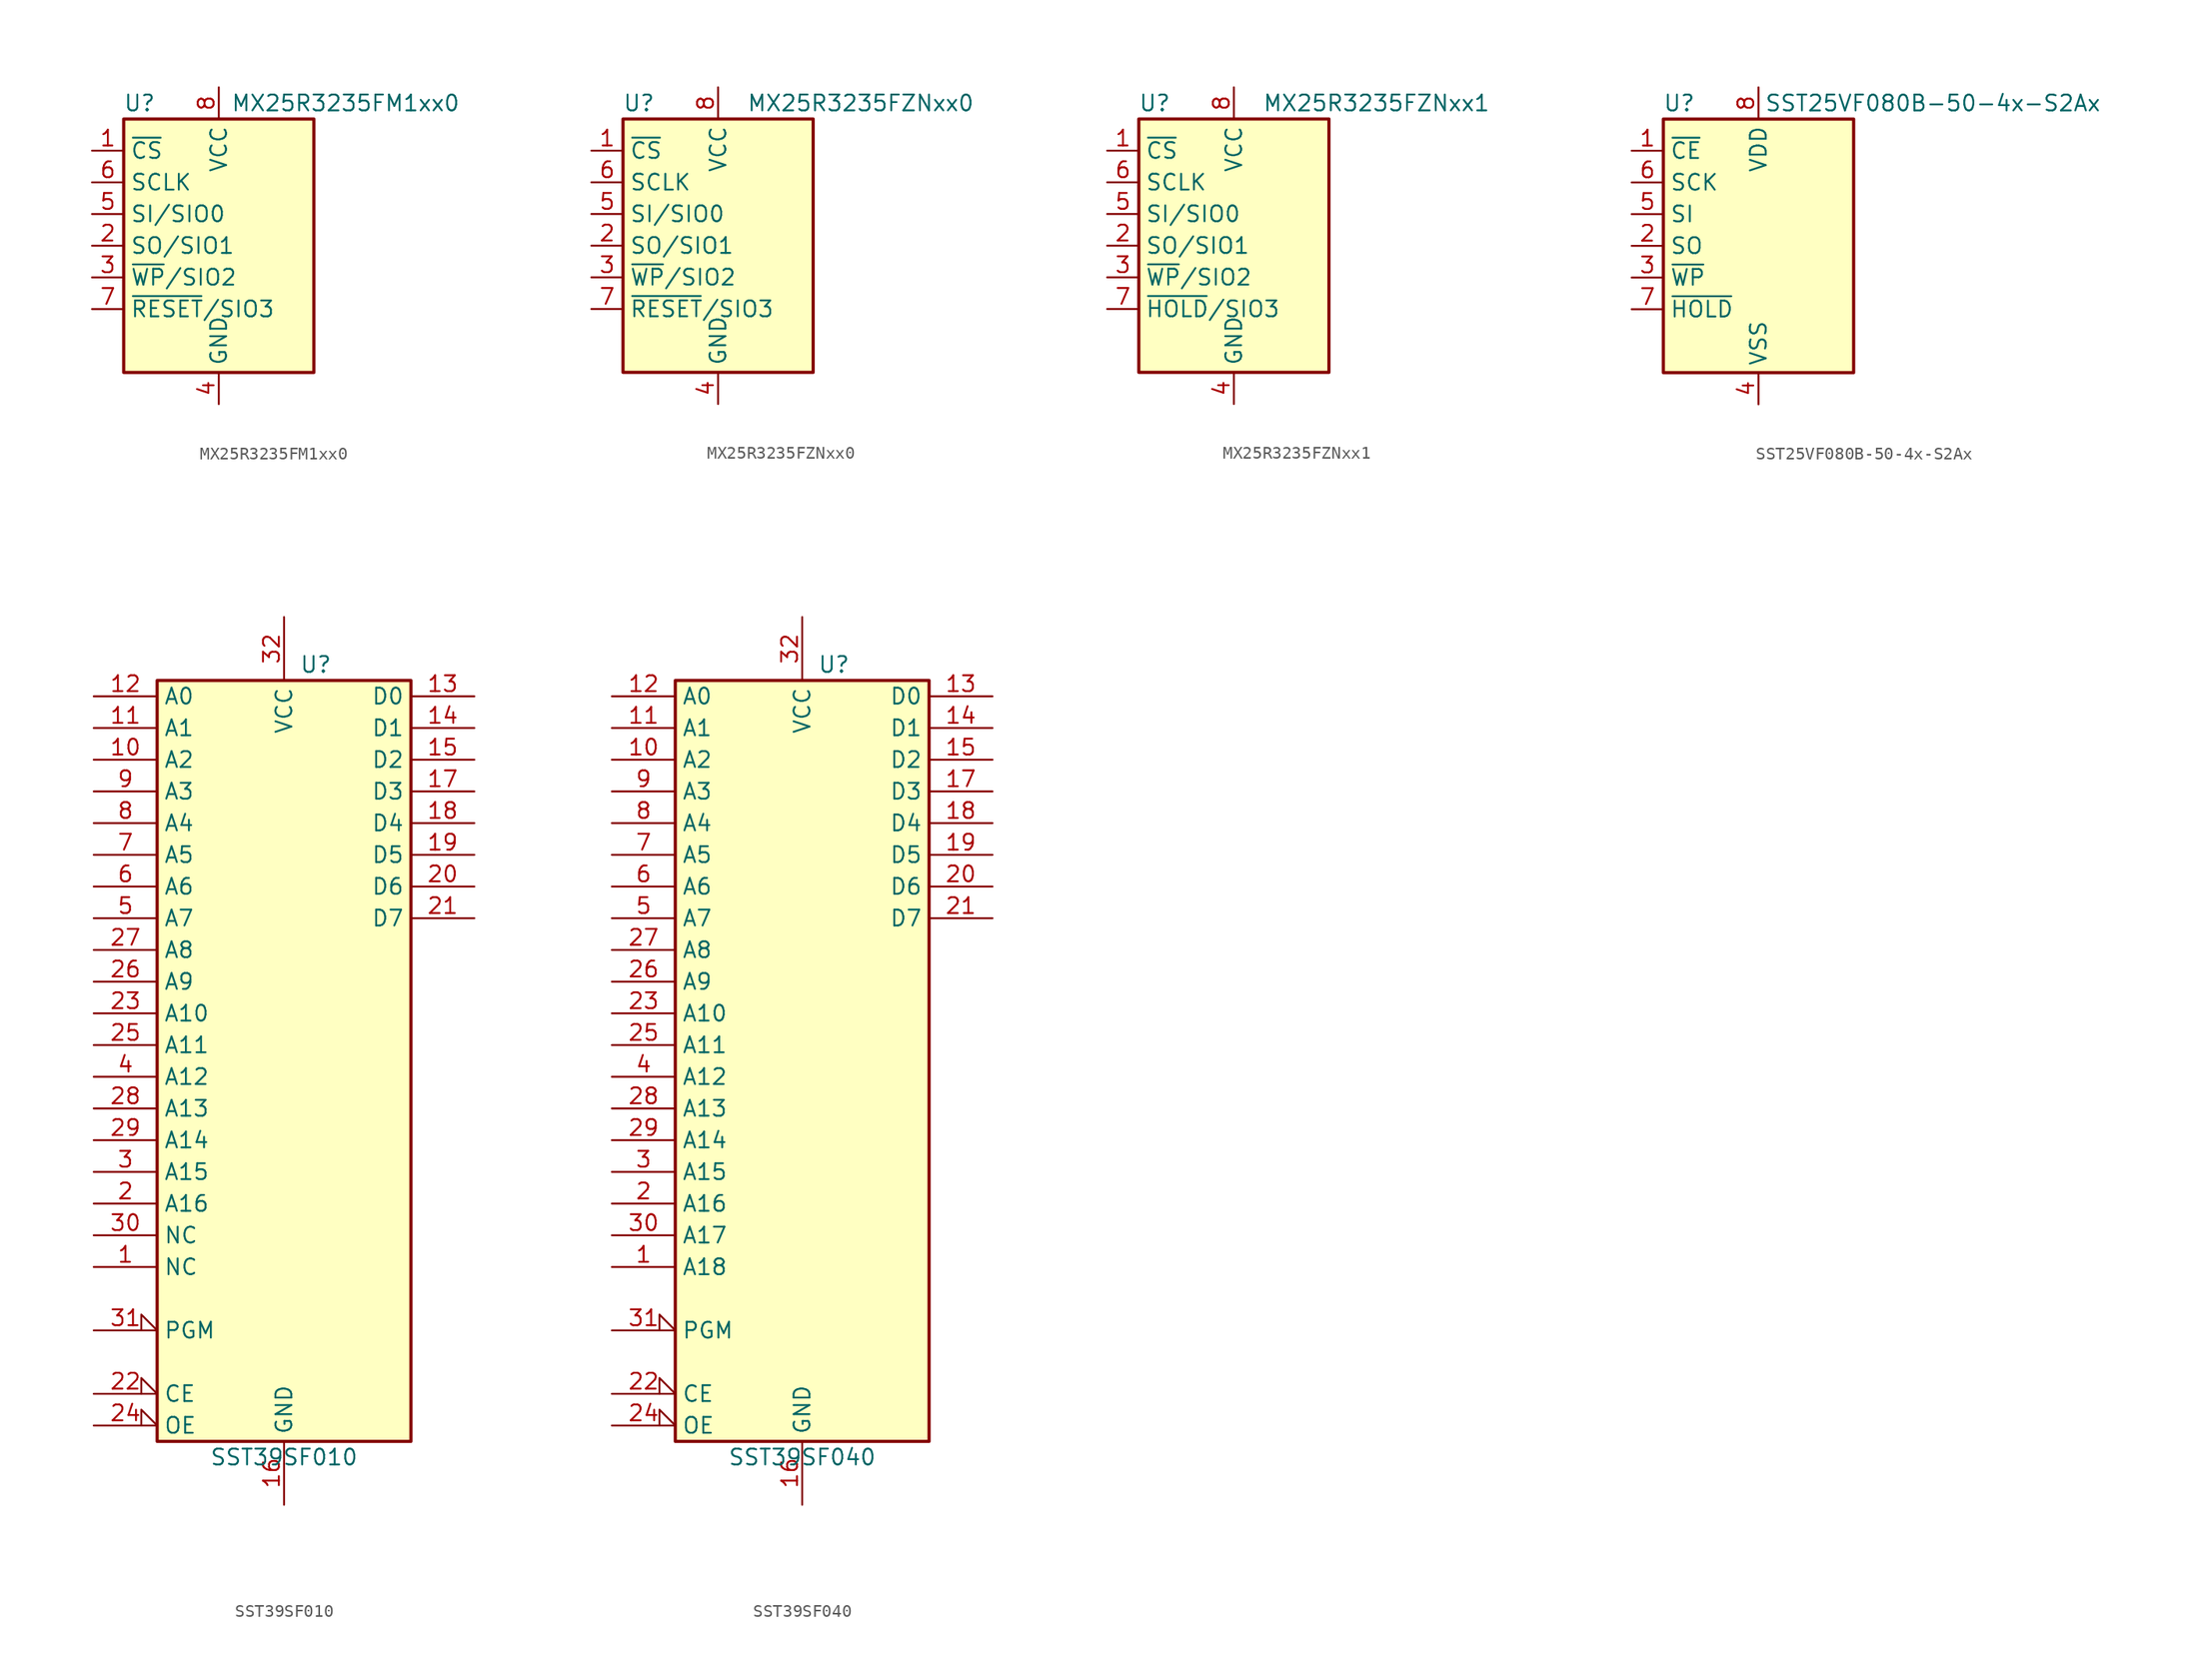
<source format=kicad_sym>
(kicad_symbol_lib
  (version 20241209)
  (generator "kicad_symbol_editor")
  (generator_version "9.0")
  (symbol "MX25R3235FM1xx0"
    (property "Reference" "U"
      (at -6.35 11.43 0)
      (effects (font (size 1.27 1.27))))
    (property "Value" "MX25R3235FM1xx0"
      (at 10.16 11.43 0)
      (effects (font (size 1.27 1.27))))
    (symbol "MX25R3235FM1xx0_0_1"
      (rectangle (start -7.62 10.16) (end 7.62 -10.16) (stroke (width 0.254) (type default)) (fill (type background))))
    (symbol "MX25R3235FM1xx0_1_1"
      (pin input line (at -10.16 7.62 0) (length 2.54) (name "~{CS}" (effects (font (size 1.27 1.27)))) (number "1" (effects (font (size 1.27 1.27)))))
      (pin input line (at -10.16 5.08 0) (length 2.54) (name "SCLK" (effects (font (size 1.27 1.27)))) (number "6" (effects (font (size 1.27 1.27)))))
      (pin bidirectional line (at -10.16 2.54 0) (length 2.54) (name "SI/SIO0" (effects (font (size 1.27 1.27)))) (number "5" (effects (font (size 1.27 1.27)))))
      (pin bidirectional line (at -10.16 0 0) (length 2.54) (name "SO/SIO1" (effects (font (size 1.27 1.27)))) (number "2" (effects (font (size 1.27 1.27)))))
      (pin bidirectional line (at -10.16 -2.54 0) (length 2.54) (name "~{WP}/SIO2" (effects (font (size 1.27 1.27)))) (number "3" (effects (font (size 1.27 1.27)))))
      (pin bidirectional line (at -10.16 -5.08 0) (length 2.54) (name "~{RESET}/SIO3" (effects (font (size 1.27 1.27)))) (number "7" (effects (font (size 1.27 1.27)))))
      (pin power_in line (at 0 12.7 270) (length 2.54) (name "VCC" (effects (font (size 1.27 1.27)))) (number "8" (effects (font (size 1.27 1.27)))))
      (pin power_in line (at 0 -12.7 90) (length 2.54) (name "GND" (effects (font (size 1.27 1.27)))) (number "4" (effects (font (size 1.27 1.27)))))))
  (symbol "MX25R3235FZNxx0"
    (property "Reference" "U"
      (at -6.35 11.43 0)
      (effects (font (size 1.27 1.27))))
    (property "Value" "MX25R3235FZNxx0"
      (at 11.43 11.43 0)
      (effects (font (size 1.27 1.27))))
    (symbol "MX25R3235FZNxx0_0_1"
      (rectangle (start -7.62 10.16) (end 7.62 -10.16) (stroke (width 0.254) (type default)) (fill (type background))))
    (symbol "MX25R3235FZNxx0_1_1"
      (pin input line (at -10.16 7.62 0) (length 2.54) (name "~{CS}" (effects (font (size 1.27 1.27)))) (number "1" (effects (font (size 1.27 1.27)))))
      (pin input line (at -10.16 5.08 0) (length 2.54) (name "SCLK" (effects (font (size 1.27 1.27)))) (number "6" (effects (font (size 1.27 1.27)))))
      (pin bidirectional line (at -10.16 2.54 0) (length 2.54) (name "SI/SIO0" (effects (font (size 1.27 1.27)))) (number "5" (effects (font (size 1.27 1.27)))))
      (pin bidirectional line (at -10.16 0 0) (length 2.54) (name "SO/SIO1" (effects (font (size 1.27 1.27)))) (number "2" (effects (font (size 1.27 1.27)))))
      (pin bidirectional line (at -10.16 -2.54 0) (length 2.54) (name "~{WP}/SIO2" (effects (font (size 1.27 1.27)))) (number "3" (effects (font (size 1.27 1.27)))))
      (pin bidirectional line (at -10.16 -5.08 0) (length 2.54) (name "~{RESET}/SIO3" (effects (font (size 1.27 1.27)))) (number "7" (effects (font (size 1.27 1.27)))))
      (pin power_in line (at 0 12.7 270) (length 2.54) (name "VCC" (effects (font (size 1.27 1.27)))) (number "8" (effects (font (size 1.27 1.27)))))
      (pin power_in line (at 0 -12.7 90) (length 2.54) (name "GND" (effects (font (size 1.27 1.27)))) (number "4" (effects (font (size 1.27 1.27)))))
      (pin passive line (at 0 -12.7 90) (length 2.54) (hide yes) (name "GND" (effects (font (size 1.27 1.27)))) (number "9" (effects (font (size 1.27 1.27)))))))
  (symbol "MX25R3235FZNxx1"
    (property "Reference" "U"
      (at -6.35 11.43 0)
      (effects (font (size 1.27 1.27))))
    (property "Value" "MX25R3235FZNxx1"
      (at 11.43 11.43 0)
      (effects (font (size 1.27 1.27))))
    (symbol "MX25R3235FZNxx1_0_1"
      (rectangle (start -7.62 10.16) (end 7.62 -10.16) (stroke (width 0.254) (type default)) (fill (type background))))
    (symbol "MX25R3235FZNxx1_1_1"
      (pin input line (at -10.16 7.62 0) (length 2.54) (name "~{CS}" (effects (font (size 1.27 1.27)))) (number "1" (effects (font (size 1.27 1.27)))))
      (pin input line (at -10.16 5.08 0) (length 2.54) (name "SCLK" (effects (font (size 1.27 1.27)))) (number "6" (effects (font (size 1.27 1.27)))))
      (pin bidirectional line (at -10.16 2.54 0) (length 2.54) (name "SI/SIO0" (effects (font (size 1.27 1.27)))) (number "5" (effects (font (size 1.27 1.27)))))
      (pin bidirectional line (at -10.16 0 0) (length 2.54) (name "SO/SIO1" (effects (font (size 1.27 1.27)))) (number "2" (effects (font (size 1.27 1.27)))))
      (pin bidirectional line (at -10.16 -2.54 0) (length 2.54) (name "~{WP}/SIO2" (effects (font (size 1.27 1.27)))) (number "3" (effects (font (size 1.27 1.27)))))
      (pin bidirectional line (at -10.16 -5.08 0) (length 2.54) (name "~{HOLD}/SIO3" (effects (font (size 1.27 1.27)))) (number "7" (effects (font (size 1.27 1.27)))))
      (pin power_in line (at 0 12.7 270) (length 2.54) (name "VCC" (effects (font (size 1.27 1.27)))) (number "8" (effects (font (size 1.27 1.27)))))
      (pin power_in line (at 0 -12.7 90) (length 2.54) (name "GND" (effects (font (size 1.27 1.27)))) (number "4" (effects (font (size 1.27 1.27)))))
      (pin passive line (at 0 -12.7 90) (length 2.54) (hide yes) (name "GND" (effects (font (size 1.27 1.27)))) (number "9" (effects (font (size 1.27 1.27)))))))
  (symbol "SST25VF080B-50-4x-S2Ax"
    (property "Reference" "U"
      (at -6.35 11.43 0)
      (effects (font (size 1.27 1.27))))
    (property "Value" "SST25VF080B-50-4x-S2Ax"
      (at 13.97 11.43 0)
      (effects (font (size 1.27 1.27))))
    (symbol "SST25VF080B-50-4x-S2Ax_0_1"
      (rectangle (start -7.62 10.16) (end 7.62 -10.16) (stroke (width 0.254) (type default)) (fill (type background))))
    (symbol "SST25VF080B-50-4x-S2Ax_1_1"
      (pin input line (at -10.16 7.62 0) (length 2.54) (name "~{CE}" (effects (font (size 1.27 1.27)))) (number "1" (effects (font (size 1.27 1.27)))))
      (pin input line (at -10.16 5.08 0) (length 2.54) (name "SCK" (effects (font (size 1.27 1.27)))) (number "6" (effects (font (size 1.27 1.27)))))
      (pin input line (at -10.16 2.54 0) (length 2.54) (name "SI" (effects (font (size 1.27 1.27)))) (number "5" (effects (font (size 1.27 1.27)))))
      (pin output line (at -10.16 0 0) (length 2.54) (name "SO" (effects (font (size 1.27 1.27)))) (number "2" (effects (font (size 1.27 1.27)))))
      (pin input line (at -10.16 -2.54 0) (length 2.54) (name "~{WP}" (effects (font (size 1.27 1.27)))) (number "3" (effects (font (size 1.27 1.27)))))
      (pin input line (at -10.16 -5.08 0) (length 2.54) (name "~{HOLD}" (effects (font (size 1.27 1.27)))) (number "7" (effects (font (size 1.27 1.27)))))
      (pin power_in line (at 0 12.7 270) (length 2.54) (name "VDD" (effects (font (size 1.27 1.27)))) (number "8" (effects (font (size 1.27 1.27)))))
      (pin power_in line (at 0 -12.7 90) (length 2.54) (name "VSS" (effects (font (size 1.27 1.27)))) (number "4" (effects (font (size 1.27 1.27)))))))
  (symbol "SST39SF010"
    (property "Reference" "U"
      (at 2.54 33.02 0)
      (effects (font (size 1.27 1.27))))
    (property "Value" "SST39SF010"
      (at 0 -30.48 0)
      (effects (font (size 1.27 1.27))))
    (symbol "SST39SF010_0_0"
      (pin power_in line (at 0 36.83 270) (length 5.08) (name "VCC" (effects (font (size 1.27 1.27)))) (number "32" (effects (font (size 1.27 1.27)))))
      (pin power_in line (at 0 -34.29 90) (length 5.08) (name "GND" (effects (font (size 1.27 1.27)))) (number "16" (effects (font (size 1.27 1.27))))))
    (symbol "SST39SF010_0_1"
      (rectangle (start -10.16 31.75) (end 10.16 -29.21) (stroke (width 0.254) (type default)) (fill (type background))))
    (symbol "SST39SF010_1_1"
      (pin input line (at -15.24 30.48 0) (length 5.08) (name "A0" (effects (font (size 1.27 1.27)))) (number "12" (effects (font (size 1.27 1.27)))))
      (pin input line (at -15.24 27.94 0) (length 5.08) (name "A1" (effects (font (size 1.27 1.27)))) (number "11" (effects (font (size 1.27 1.27)))))
      (pin input line (at -15.24 25.4 0) (length 5.08) (name "A2" (effects (font (size 1.27 1.27)))) (number "10" (effects (font (size 1.27 1.27)))))
      (pin input line (at -15.24 22.86 0) (length 5.08) (name "A3" (effects (font (size 1.27 1.27)))) (number "9" (effects (font (size 1.27 1.27)))))
      (pin input line (at -15.24 20.32 0) (length 5.08) (name "A4" (effects (font (size 1.27 1.27)))) (number "8" (effects (font (size 1.27 1.27)))))
      (pin input line (at -15.24 17.78 0) (length 5.08) (name "A5" (effects (font (size 1.27 1.27)))) (number "7" (effects (font (size 1.27 1.27)))))
      (pin input line (at -15.24 15.24 0) (length 5.08) (name "A6" (effects (font (size 1.27 1.27)))) (number "6" (effects (font (size 1.27 1.27)))))
      (pin input line (at -15.24 12.7 0) (length 5.08) (name "A7" (effects (font (size 1.27 1.27)))) (number "5" (effects (font (size 1.27 1.27)))))
      (pin input line (at -15.24 10.16 0) (length 5.08) (name "A8" (effects (font (size 1.27 1.27)))) (number "27" (effects (font (size 1.27 1.27)))))
      (pin input line (at -15.24 7.62 0) (length 5.08) (name "A9" (effects (font (size 1.27 1.27)))) (number "26" (effects (font (size 1.27 1.27)))))
      (pin input line (at -15.24 5.08 0) (length 5.08) (name "A10" (effects (font (size 1.27 1.27)))) (number "23" (effects (font (size 1.27 1.27)))))
      (pin input line (at -15.24 2.54 0) (length 5.08) (name "A11" (effects (font (size 1.27 1.27)))) (number "25" (effects (font (size 1.27 1.27)))))
      (pin input line (at -15.24 0 0) (length 5.08) (name "A12" (effects (font (size 1.27 1.27)))) (number "4" (effects (font (size 1.27 1.27)))))
      (pin input line (at -15.24 -2.54 0) (length 5.08) (name "A13" (effects (font (size 1.27 1.27)))) (number "28" (effects (font (size 1.27 1.27)))))
      (pin input line (at -15.24 -5.08 0) (length 5.08) (name "A14" (effects (font (size 1.27 1.27)))) (number "29" (effects (font (size 1.27 1.27)))))
      (pin input line (at -15.24 -7.62 0) (length 5.08) (name "A15" (effects (font (size 1.27 1.27)))) (number "3" (effects (font (size 1.27 1.27)))))
      (pin input line (at -15.24 -10.16 0) (length 5.08) (name "A16" (effects (font (size 1.27 1.27)))) (number "2" (effects (font (size 1.27 1.27)))))
      (pin input line (at -15.24 -12.7 0) (length 5.08) (name "NC" (effects (font (size 1.27 1.27)))) (number "30" (effects (font (size 1.27 1.27)))))
      (pin input line (at -15.24 -15.24 0) (length 5.08) (name "NC" (effects (font (size 1.27 1.27)))) (number "1" (effects (font (size 1.27 1.27)))))
      (pin input input_low (at -15.24 -20.32 0) (length 5.08) (name "PGM" (effects (font (size 1.27 1.27)))) (number "31" (effects (font (size 1.27 1.27)))))
      (pin input input_low (at -15.24 -25.4 0) (length 5.08) (name "CE" (effects (font (size 1.27 1.27)))) (number "22" (effects (font (size 1.27 1.27)))))
      (pin input input_low (at -15.24 -27.94 0) (length 5.08) (name "OE" (effects (font (size 1.27 1.27)))) (number "24" (effects (font (size 1.27 1.27)))))
      (pin tri_state line (at 15.24 30.48 180) (length 5.08) (name "D0" (effects (font (size 1.27 1.27)))) (number "13" (effects (font (size 1.27 1.27)))))
      (pin tri_state line (at 15.24 27.94 180) (length 5.08) (name "D1" (effects (font (size 1.27 1.27)))) (number "14" (effects (font (size 1.27 1.27)))))
      (pin tri_state line (at 15.24 25.4 180) (length 5.08) (name "D2" (effects (font (size 1.27 1.27)))) (number "15" (effects (font (size 1.27 1.27)))))
      (pin tri_state line (at 15.24 22.86 180) (length 5.08) (name "D3" (effects (font (size 1.27 1.27)))) (number "17" (effects (font (size 1.27 1.27)))))
      (pin tri_state line (at 15.24 20.32 180) (length 5.08) (name "D4" (effects (font (size 1.27 1.27)))) (number "18" (effects (font (size 1.27 1.27)))))
      (pin tri_state line (at 15.24 17.78 180) (length 5.08) (name "D5" (effects (font (size 1.27 1.27)))) (number "19" (effects (font (size 1.27 1.27)))))
      (pin tri_state line (at 15.24 15.24 180) (length 5.08) (name "D6" (effects (font (size 1.27 1.27)))) (number "20" (effects (font (size 1.27 1.27)))))
      (pin tri_state line (at 15.24 12.7 180) (length 5.08) (name "D7" (effects (font (size 1.27 1.27)))) (number "21" (effects (font (size 1.27 1.27)))))))
  (symbol "SST39SF040"
    (property "Reference" "U"
      (at 2.54 33.02 0)
      (effects (font (size 1.27 1.27))))
    (property "Value" "SST39SF040"
      (at 0 -30.48 0)
      (effects (font (size 1.27 1.27))))
    (symbol "SST39SF040_0_0"
      (pin power_in line (at 0 36.83 270) (length 5.08) (name "VCC" (effects (font (size 1.27 1.27)))) (number "32" (effects (font (size 1.27 1.27)))))
      (pin power_in line (at 0 -34.29 90) (length 5.08) (name "GND" (effects (font (size 1.27 1.27)))) (number "16" (effects (font (size 1.27 1.27))))))
    (symbol "SST39SF040_0_1"
      (rectangle (start -10.16 31.75) (end 10.16 -29.21) (stroke (width 0.254) (type default)) (fill (type background))))
    (symbol "SST39SF040_1_1"
      (pin input line (at -15.24 30.48 0) (length 5.08) (name "A0" (effects (font (size 1.27 1.27)))) (number "12" (effects (font (size 1.27 1.27)))))
      (pin input line (at -15.24 27.94 0) (length 5.08) (name "A1" (effects (font (size 1.27 1.27)))) (number "11" (effects (font (size 1.27 1.27)))))
      (pin input line (at -15.24 25.4 0) (length 5.08) (name "A2" (effects (font (size 1.27 1.27)))) (number "10" (effects (font (size 1.27 1.27)))))
      (pin input line (at -15.24 22.86 0) (length 5.08) (name "A3" (effects (font (size 1.27 1.27)))) (number "9" (effects (font (size 1.27 1.27)))))
      (pin input line (at -15.24 20.32 0) (length 5.08) (name "A4" (effects (font (size 1.27 1.27)))) (number "8" (effects (font (size 1.27 1.27)))))
      (pin input line (at -15.24 17.78 0) (length 5.08) (name "A5" (effects (font (size 1.27 1.27)))) (number "7" (effects (font (size 1.27 1.27)))))
      (pin input line (at -15.24 15.24 0) (length 5.08) (name "A6" (effects (font (size 1.27 1.27)))) (number "6" (effects (font (size 1.27 1.27)))))
      (pin input line (at -15.24 12.7 0) (length 5.08) (name "A7" (effects (font (size 1.27 1.27)))) (number "5" (effects (font (size 1.27 1.27)))))
      (pin input line (at -15.24 10.16 0) (length 5.08) (name "A8" (effects (font (size 1.27 1.27)))) (number "27" (effects (font (size 1.27 1.27)))))
      (pin input line (at -15.24 7.62 0) (length 5.08) (name "A9" (effects (font (size 1.27 1.27)))) (number "26" (effects (font (size 1.27 1.27)))))
      (pin input line (at -15.24 5.08 0) (length 5.08) (name "A10" (effects (font (size 1.27 1.27)))) (number "23" (effects (font (size 1.27 1.27)))))
      (pin input line (at -15.24 2.54 0) (length 5.08) (name "A11" (effects (font (size 1.27 1.27)))) (number "25" (effects (font (size 1.27 1.27)))))
      (pin input line (at -15.24 0 0) (length 5.08) (name "A12" (effects (font (size 1.27 1.27)))) (number "4" (effects (font (size 1.27 1.27)))))
      (pin input line (at -15.24 -2.54 0) (length 5.08) (name "A13" (effects (font (size 1.27 1.27)))) (number "28" (effects (font (size 1.27 1.27)))))
      (pin input line (at -15.24 -5.08 0) (length 5.08) (name "A14" (effects (font (size 1.27 1.27)))) (number "29" (effects (font (size 1.27 1.27)))))
      (pin input line (at -15.24 -7.62 0) (length 5.08) (name "A15" (effects (font (size 1.27 1.27)))) (number "3" (effects (font (size 1.27 1.27)))))
      (pin input line (at -15.24 -10.16 0) (length 5.08) (name "A16" (effects (font (size 1.27 1.27)))) (number "2" (effects (font (size 1.27 1.27)))))
      (pin input line (at -15.24 -12.7 0) (length 5.08) (name "A17" (effects (font (size 1.27 1.27)))) (number "30" (effects (font (size 1.27 1.27)))))
      (pin input line (at -15.24 -15.24 0) (length 5.08) (name "A18" (effects (font (size 1.27 1.27)))) (number "1" (effects (font (size 1.27 1.27)))))
      (pin input input_low (at -15.24 -20.32 0) (length 5.08) (name "PGM" (effects (font (size 1.27 1.27)))) (number "31" (effects (font (size 1.27 1.27)))))
      (pin input input_low (at -15.24 -25.4 0) (length 5.08) (name "CE" (effects (font (size 1.27 1.27)))) (number "22" (effects (font (size 1.27 1.27)))))
      (pin input input_low (at -15.24 -27.94 0) (length 5.08) (name "OE" (effects (font (size 1.27 1.27)))) (number "24" (effects (font (size 1.27 1.27)))))
      (pin tri_state line (at 15.24 30.48 180) (length 5.08) (name "D0" (effects (font (size 1.27 1.27)))) (number "13" (effects (font (size 1.27 1.27)))))
      (pin tri_state line (at 15.24 27.94 180) (length 5.08) (name "D1" (effects (font (size 1.27 1.27)))) (number "14" (effects (font (size 1.27 1.27)))))
      (pin tri_state line (at 15.24 25.4 180) (length 5.08) (name "D2" (effects (font (size 1.27 1.27)))) (number "15" (effects (font (size 1.27 1.27)))))
      (pin tri_state line (at 15.24 22.86 180) (length 5.08) (name "D3" (effects (font (size 1.27 1.27)))) (number "17" (effects (font (size 1.27 1.27)))))
      (pin tri_state line (at 15.24 20.32 180) (length 5.08) (name "D4" (effects (font (size 1.27 1.27)))) (number "18" (effects (font (size 1.27 1.27)))))
      (pin tri_state line (at 15.24 17.78 180) (length 5.08) (name "D5" (effects (font (size 1.27 1.27)))) (number "19" (effects (font (size 1.27 1.27)))))
      (pin tri_state line (at 15.24 15.24 180) (length 5.08) (name "D6" (effects (font (size 1.27 1.27)))) (number "20" (effects (font (size 1.27 1.27)))))
      (pin tri_state line (at 15.24 12.7 180) (length 5.08) (name "D7" (effects (font (size 1.27 1.27)))) (number "21" (effects (font (size 1.27 1.27))))))))
</source>
